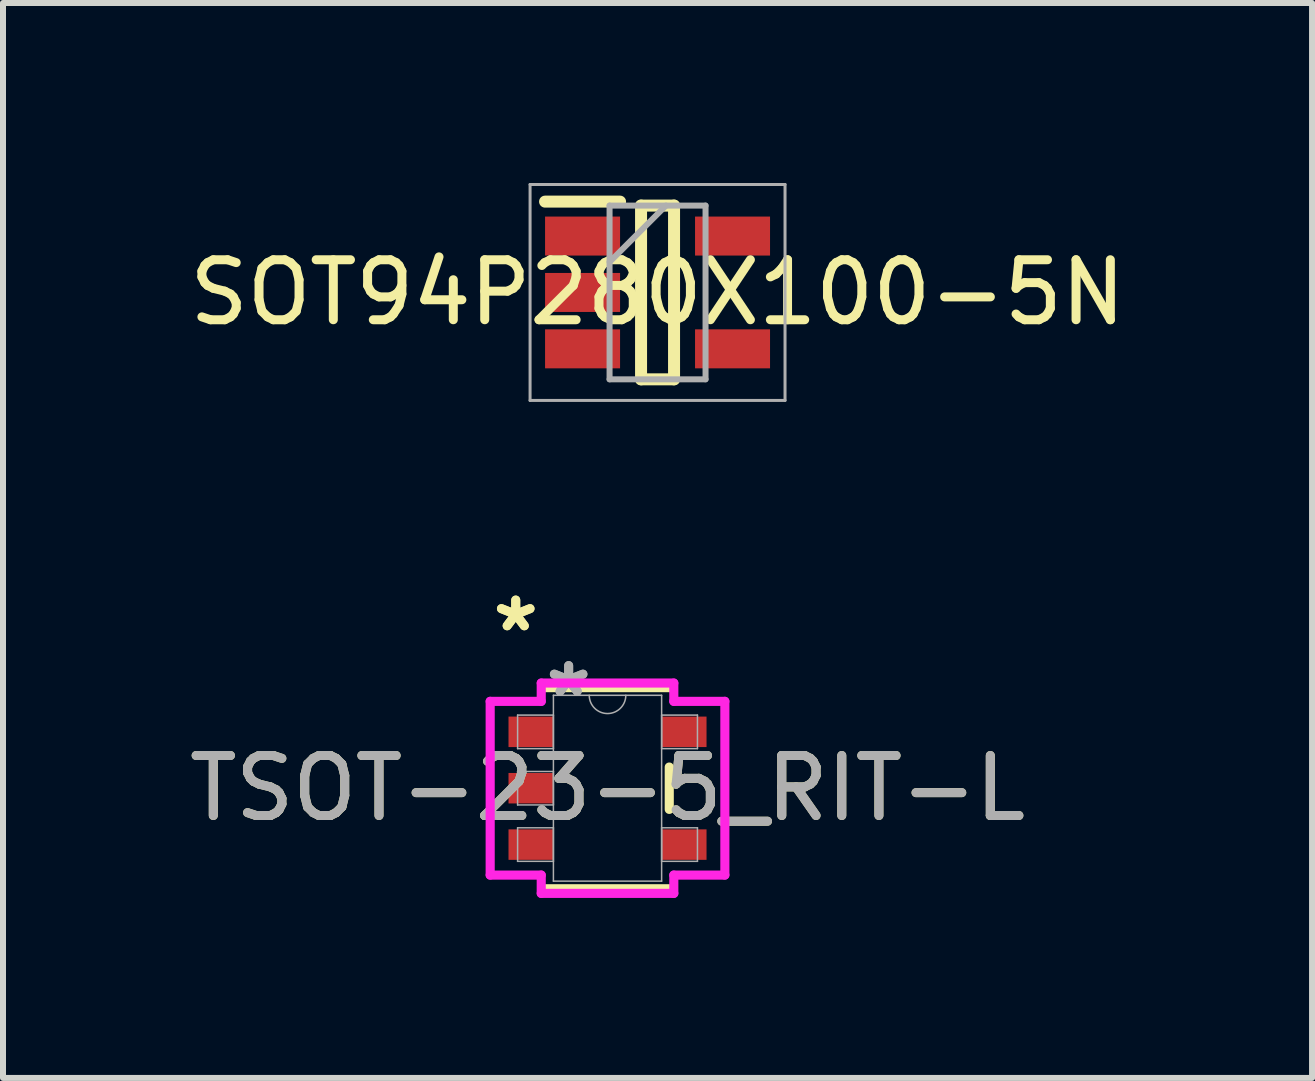
<source format=kicad_pcb>
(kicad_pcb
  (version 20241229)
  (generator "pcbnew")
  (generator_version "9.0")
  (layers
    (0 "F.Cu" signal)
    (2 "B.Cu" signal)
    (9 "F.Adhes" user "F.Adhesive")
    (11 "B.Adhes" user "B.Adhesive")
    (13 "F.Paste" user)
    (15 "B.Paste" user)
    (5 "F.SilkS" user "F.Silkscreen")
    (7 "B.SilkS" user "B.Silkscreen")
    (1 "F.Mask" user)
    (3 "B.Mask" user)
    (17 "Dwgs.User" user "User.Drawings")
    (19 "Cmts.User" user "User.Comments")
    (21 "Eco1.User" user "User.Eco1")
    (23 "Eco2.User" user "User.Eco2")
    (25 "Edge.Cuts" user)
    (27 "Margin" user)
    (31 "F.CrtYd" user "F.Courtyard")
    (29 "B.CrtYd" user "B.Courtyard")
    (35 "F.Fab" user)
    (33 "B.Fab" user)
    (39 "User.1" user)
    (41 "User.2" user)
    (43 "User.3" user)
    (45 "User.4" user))
  (footprint "SOT94P280X100-5N"
    (layer "F.Cu")
    (at 7.911 1.825)
    (property "Reference" "SOT94P280X100-5N" (at 0 0 0) (layer "F.SilkS") (effects (font (size 1 1) (thickness 0.15))))
    (attr smd)
    (fp_line (start -1.875 -1.514) (end -0.625 -1.514) (stroke (width 0.2) (type solid)) (layer "F.SilkS"))
    (fp_line (start -0.275 -1.448) (end 0.275 -1.448) (stroke (width 0.2) (type solid)) (layer "F.SilkS"))
    (fp_line (start -0.275 1.448) (end -0.275 -1.448) (stroke (width 0.2) (type solid)) (layer "F.SilkS"))
    (fp_line (start 0.275 -1.448) (end 0.275 1.448) (stroke (width 0.2) (type solid)) (layer "F.SilkS"))
    (fp_line (start 0.275 1.448) (end -0.275 1.448) (stroke (width 0.2) (type solid)) (layer "F.SilkS"))
    (fp_line (start -2.125 -1.8) (end 2.125 -1.8) (stroke (width 0.05) (type solid)) (layer "F.Fab"))
    (fp_line (start -2.125 1.8) (end -2.125 -1.8) (stroke (width 0.05) (type solid)) (layer "F.Fab"))
    (fp_line (start -0.8 -1.448) (end 0.8 -1.448) (stroke (width 0.1) (type solid)) (layer "F.Fab"))
    (fp_line (start -0.8 -0.508) (end 0.14 -1.448) (stroke (width 0.1) (type solid)) (layer "F.Fab"))
    (fp_line (start -0.8 1.448) (end -0.8 -1.448) (stroke (width 0.1) (type solid)) (layer "F.Fab"))
    (fp_line (start 0.8 -1.448) (end 0.8 1.448) (stroke (width 0.1) (type solid)) (layer "F.Fab"))
    (fp_line (start 0.8 1.448) (end -0.8 1.448) (stroke (width 0.1) (type solid)) (layer "F.Fab"))
    (fp_line (start 2.125 -1.8) (end 2.125 1.8) (stroke (width 0.05) (type solid)) (layer "F.Fab"))
    (fp_line (start 2.125 1.8) (end -2.125 1.8) (stroke (width 0.05) (type solid)) (layer "F.Fab"))
    (pad "1" smd rect (at -1.25 -0.94) (size 1.25 0.65) (layers "F.Cu" "F.Mask" "F.Paste"))
    (pad "2" smd rect (at -1.25 0) (size 1.25 0.65) (layers "F.Cu" "F.Mask" "F.Paste"))
    (pad "3" smd rect (at -1.25 0.94) (size 1.25 0.65) (layers "F.Cu" "F.Mask" "F.Paste"))
    (pad "4" smd rect (at 1.25 0.94) (size 1.25 0.65) (layers "F.Cu" "F.Mask" "F.Paste"))
    (pad "5" smd rect (at 1.25 -0.94) (size 1.25 0.65) (layers "F.Cu" "F.Mask" "F.Paste")))
  (footprint "TSOT-23-5_RIT-L"
    (layer "F.Cu")
    (at 7.077 10.089)
    (property "Reference" "TSOT-23-5_RIT-L" (at 0 0 0) (unlocked yes) (layer "F.SilkS") (effects (font (size 1 1) (thickness 0.15))))
    (attr smd)
    (fp_line (start -1.029 1.676) (end 1.029 1.676) (stroke (width 0.152) (type solid)) (layer "F.SilkS"))
    (fp_line (start 1.029 -1.676) (end -1.029 -1.676) (stroke (width 0.152) (type solid)) (layer "F.SilkS"))
    (fp_line (start 1.029 0.353) (end 1.029 -0.353) (stroke (width 0.152) (type solid)) (layer "F.SilkS"))
    (fp_line (start -1.956 -1.448) (end -1.105 -1.448) (stroke (width 0.152) (type solid)) (layer "F.CrtYd"))
    (fp_line (start -1.956 1.448) (end -1.956 -1.448) (stroke (width 0.152) (type solid)) (layer "F.CrtYd"))
    (fp_line (start -1.105 -1.753) (end 1.105 -1.753) (stroke (width 0.152) (type solid)) (layer "F.CrtYd"))
    (fp_line (start -1.105 -1.448) (end -1.105 -1.753) (stroke (width 0.152) (type solid)) (layer "F.CrtYd"))
    (fp_line (start -1.105 1.448) (end -1.956 1.448) (stroke (width 0.152) (type solid)) (layer "F.CrtYd"))
    (fp_line (start -1.105 1.753) (end -1.105 1.448) (stroke (width 0.152) (type solid)) (layer "F.CrtYd"))
    (fp_line (start 1.105 -1.753) (end 1.105 -1.448) (stroke (width 0.152) (type solid)) (layer "F.CrtYd"))
    (fp_line (start 1.105 -1.448) (end 1.956 -1.448) (stroke (width 0.152) (type solid)) (layer "F.CrtYd"))
    (fp_line (start 1.105 1.448) (end 1.105 1.753) (stroke (width 0.152) (type solid)) (layer "F.CrtYd"))
    (fp_line (start 1.105 1.753) (end -1.105 1.753) (stroke (width 0.152) (type solid)) (layer "F.CrtYd"))
    (fp_line (start 1.956 -1.448) (end 1.956 1.448) (stroke (width 0.152) (type solid)) (layer "F.CrtYd"))
    (fp_line (start 1.956 1.448) (end 1.105 1.448) (stroke (width 0.152) (type solid)) (layer "F.CrtYd"))
    (fp_line (start -1.499 -1.219) (end -1.499 -0.66) (stroke (width 0.025) (type solid)) (layer "F.Fab"))
    (fp_line (start -1.499 -0.66) (end -0.902 -0.66) (stroke (width 0.025) (type solid)) (layer "F.Fab"))
    (fp_line (start -1.499 -0.279) (end -1.499 0.279) (stroke (width 0.025) (type solid)) (layer "F.Fab"))
    (fp_line (start -1.499 0.279) (end -0.902 0.279) (stroke (width 0.025) (type solid)) (layer "F.Fab"))
    (fp_line (start -1.499 0.66) (end -1.499 1.219) (stroke (width 0.025) (type solid)) (layer "F.Fab"))
    (fp_line (start -1.499 1.219) (end -0.902 1.219) (stroke (width 0.025) (type solid)) (layer "F.Fab"))
    (fp_line (start -0.902 -1.549) (end -0.902 1.549) (stroke (width 0.025) (type solid)) (layer "F.Fab"))
    (fp_line (start -0.902 -1.219) (end -1.499 -1.219) (stroke (width 0.025) (type solid)) (layer "F.Fab"))
    (fp_line (start -0.902 -0.66) (end -0.902 -1.219) (stroke (width 0.025) (type solid)) (layer "F.Fab"))
    (fp_line (start -0.902 -0.279) (end -1.499 -0.279) (stroke (width 0.025) (type solid)) (layer "F.Fab"))
    (fp_line (start -0.902 0.279) (end -0.902 -0.279) (stroke (width 0.025) (type solid)) (layer "F.Fab"))
    (fp_line (start -0.902 0.66) (end -1.499 0.66) (stroke (width 0.025) (type solid)) (layer "F.Fab"))
    (fp_line (start -0.902 1.219) (end -0.902 0.66) (stroke (width 0.025) (type solid)) (layer "F.Fab"))
    (fp_line (start -0.902 1.549) (end 0.902 1.549) (stroke (width 0.025) (type solid)) (layer "F.Fab"))
    (fp_line (start 0.902 -1.549) (end -0.902 -1.549) (stroke (width 0.025) (type solid)) (layer "F.Fab"))
    (fp_line (start 0.902 -1.219) (end 0.902 -0.66) (stroke (width 0.025) (type solid)) (layer "F.Fab"))
    (fp_line (start 0.902 -0.66) (end 1.499 -0.66) (stroke (width 0.025) (type solid)) (layer "F.Fab"))
    (fp_line (start 0.902 0.66) (end 0.902 1.219) (stroke (width 0.025) (type solid)) (layer "F.Fab"))
    (fp_line (start 0.902 1.219) (end 1.499 1.219) (stroke (width 0.025) (type solid)) (layer "F.Fab"))
    (fp_line (start 0.902 1.549) (end 0.902 -1.549) (stroke (width 0.025) (type solid)) (layer "F.Fab"))
    (fp_line (start 1.499 -1.219) (end 0.902 -1.219) (stroke (width 0.025) (type solid)) (layer "F.Fab"))
    (fp_line (start 1.499 -0.66) (end 1.499 -1.219) (stroke (width 0.025) (type solid)) (layer "F.Fab"))
    (fp_line (start 1.499 0.66) (end 0.902 0.66) (stroke (width 0.025) (type solid)) (layer "F.Fab"))
    (fp_line (start 1.499 1.219) (end 1.499 0.66) (stroke (width 0.025) (type solid)) (layer "F.Fab"))
    (fp_arc (start 0.3048 -1.5494) (mid 0 -1.2446) (end -0.3048 -1.5494) (stroke (width 0.0254) (type solid)) (layer "F.Fab"))
    (fp_text user "*" (at -1.53 -2.591 0) (layer "F.SilkS") (effects (font (size 1 1) (thickness 0.15))))
    (fp_text user "*" (at -1.53 -2.591 0) (unlocked yes) (layer "F.SilkS") (effects (font (size 1 1) (thickness 0.15))))
    (fp_text user "*" (at -0.648 -1.499 0) (unlocked yes) (layer "F.Fab") (effects (font (size 1 1) (thickness 0.15))))
    (fp_text user "${REFERENCE}" (at 0 0 0) (unlocked yes) (layer "F.Fab") (effects (font (size 1 1) (thickness 0.15))))
    (fp_text user "*" (at -0.648 -1.499 0) (layer "F.Fab") (effects (font (size 1 1) (thickness 0.15))))
    (pad "1" smd rect (at -1.276 -0.94) (size 0.749 0.508) (layers "F.Cu" "F.Mask" "F.Paste"))
    (pad "2" smd rect (at -1.276 0) (size 0.749 0.508) (layers "F.Cu" "F.Mask" "F.Paste"))
    (pad "3" smd rect (at -1.276 0.94) (size 0.749 0.508) (layers "F.Cu" "F.Mask" "F.Paste"))
    (pad "4" smd rect (at 1.276 0.94) (size 0.749 0.508) (layers "F.Cu" "F.Mask" "F.Paste"))
    (pad "5" smd rect (at 1.276 -0.94) (size 0.749 0.508) (layers "F.Cu" "F.Mask" "F.Paste")))
  (gr_rect
    (start -3 -3)
    (end 18.821 14.918)
    (stroke (width 0.1) (type default))
    (fill no)
    (layer "Edge.Cuts")))
</source>
